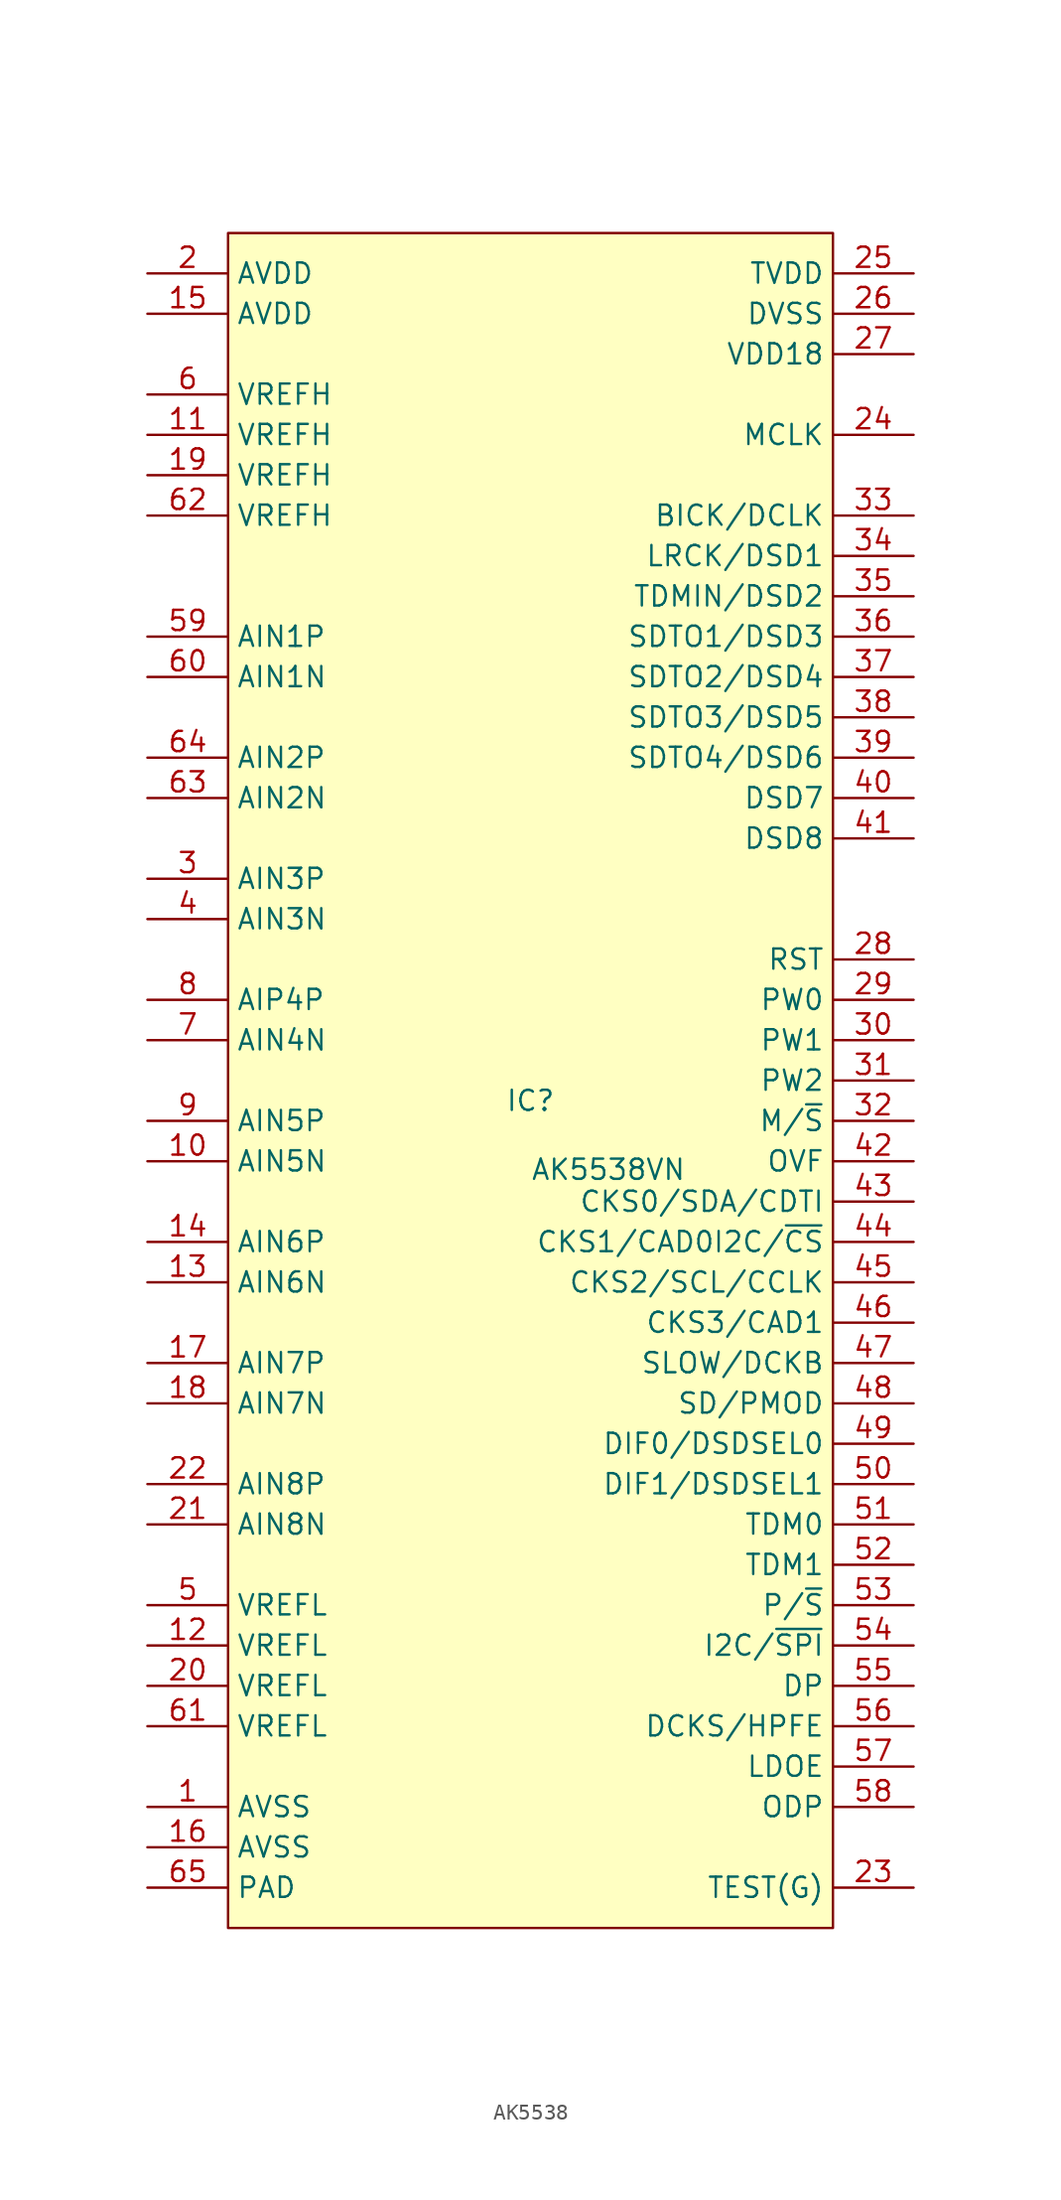
<source format=kicad_sym>
(kicad_symbol_lib
  (version 20231120)
  (generator "kicad_symbol_editor")
  (generator_version "8.0")
  (symbol "AK5538"
    (property "Reference" "IC"
      (at -1.27 1.27 0)
      (effects (font (size 1.27 1.27))))
    (property "Value" "AK5538VN"
      (at -1.27 -3.81 0)
      (effects (font (size 1.27 1.27)) (justify left bottom)))
    (symbol "AK5538_1_0"
      (rectangle (start -20.32 55.88) (end 17.78 -50.8) (stroke (width 0) (type solid) (color 128 0 0 1)) (fill (type background)))
      (pin passive line (at -25.4 -43.18 0) (length 5.08) (name "AVSS" (effects (font (size 1.27 1.27)))) (number "1" (effects (font (size 1.27 1.27)))))
      (pin passive line (at -25.4 -2.54 0) (length 5.08) (name "AIN5N" (effects (font (size 1.27 1.27)))) (number "10" (effects (font (size 1.27 1.27)))))
      (pin passive line (at -25.4 43.18 0) (length 5.08) (name "VREFH" (effects (font (size 1.27 1.27)))) (number "11" (effects (font (size 1.27 1.27)))))
      (pin passive line (at -25.4 -33.02 0) (length 5.08) (name "VREFL" (effects (font (size 1.27 1.27)))) (number "12" (effects (font (size 1.27 1.27)))))
      (pin passive line (at -25.4 -10.16 0) (length 5.08) (name "AIN6N" (effects (font (size 1.27 1.27)))) (number "13" (effects (font (size 1.27 1.27)))))
      (pin passive line (at -25.4 -7.62 0) (length 5.08) (name "AIN6P" (effects (font (size 1.27 1.27)))) (number "14" (effects (font (size 1.27 1.27)))))
      (pin passive line (at -25.4 50.8 0) (length 5.08) (name "AVDD" (effects (font (size 1.27 1.27)))) (number "15" (effects (font (size 1.27 1.27)))))
      (pin passive line (at -25.4 -45.72 0) (length 5.08) (name "AVSS" (effects (font (size 1.27 1.27)))) (number "16" (effects (font (size 1.27 1.27)))))
      (pin passive line (at -25.4 -15.24 0) (length 5.08) (name "AIN7P" (effects (font (size 1.27 1.27)))) (number "17" (effects (font (size 1.27 1.27)))))
      (pin passive line (at -25.4 -17.78 0) (length 5.08) (name "AIN7N" (effects (font (size 1.27 1.27)))) (number "18" (effects (font (size 1.27 1.27)))))
      (pin passive line (at -25.4 40.64 0) (length 5.08) (name "VREFH" (effects (font (size 1.27 1.27)))) (number "19" (effects (font (size 1.27 1.27)))))
      (pin passive line (at -25.4 53.34 0) (length 5.08) (name "AVDD" (effects (font (size 1.27 1.27)))) (number "2" (effects (font (size 1.27 1.27)))))
      (pin passive line (at -25.4 -35.56 0) (length 5.08) (name "VREFL" (effects (font (size 1.27 1.27)))) (number "20" (effects (font (size 1.27 1.27)))))
      (pin passive line (at -25.4 -25.4 0) (length 5.08) (name "AIN8N" (effects (font (size 1.27 1.27)))) (number "21" (effects (font (size 1.27 1.27)))))
      (pin passive line (at -25.4 -22.86 0) (length 5.08) (name "AIN8P" (effects (font (size 1.27 1.27)))) (number "22" (effects (font (size 1.27 1.27)))))
      (pin passive line (at 22.86 -48.26 180) (length 5.08) (name "TEST(G)" (effects (font (size 1.27 1.27)))) (number "23" (effects (font (size 1.27 1.27)))))
      (pin input line (at 22.86 43.18 180) (length 5.08) (name "MCLK" (effects (font (size 1.27 1.27)))) (number "24" (effects (font (size 1.27 1.27)))))
      (pin passive line (at 22.86 53.34 180) (length 5.08) (name "TVDD" (effects (font (size 1.27 1.27)))) (number "25" (effects (font (size 1.27 1.27)))))
      (pin passive line (at 22.86 50.8 180) (length 5.08) (name "DVSS" (effects (font (size 1.27 1.27)))) (number "26" (effects (font (size 1.27 1.27)))))
      (pin passive line (at 22.86 48.26 180) (length 5.08) (name "VDD18" (effects (font (size 1.27 1.27)))) (number "27" (effects (font (size 1.27 1.27)))))
      (pin input line (at 22.86 10.16 180) (length 5.08) (name "RST" (effects (font (size 1.27 1.27)))) (number "28" (effects (font (size 1.27 1.27)))))
      (pin input line (at 22.86 7.62 180) (length 5.08) (name "PW0" (effects (font (size 1.27 1.27)))) (number "29" (effects (font (size 1.27 1.27)))))
      (pin passive line (at -25.4 15.24 0) (length 5.08) (name "AIN3P" (effects (font (size 1.27 1.27)))) (number "3" (effects (font (size 1.27 1.27)))))
      (pin input line (at 22.86 5.08 180) (length 5.08) (name "PW1" (effects (font (size 1.27 1.27)))) (number "30" (effects (font (size 1.27 1.27)))))
      (pin input line (at 22.86 2.54 180) (length 5.08) (name "PW2" (effects (font (size 1.27 1.27)))) (number "31" (effects (font (size 1.27 1.27)))))
      (pin input line (at 22.86 0 180) (length 5.08) (name "M/~{S}" (effects (font (size 1.27 1.27)))) (number "32" (effects (font (size 1.27 1.27)))))
      (pin bidirectional line (at 22.86 38.1 180) (length 5.08) (name "BICK/DCLK" (effects (font (size 1.27 1.27)))) (number "33" (effects (font (size 1.27 1.27)))))
      (pin bidirectional line (at 22.86 35.56 180) (length 5.08) (name "LRCK/DSD1" (effects (font (size 1.27 1.27)))) (number "34" (effects (font (size 1.27 1.27)))))
      (pin bidirectional line (at 22.86 33.02 180) (length 5.08) (name "TDMIN/DSD2" (effects (font (size 1.27 1.27)))) (number "35" (effects (font (size 1.27 1.27)))))
      (pin output line (at 22.86 30.48 180) (length 5.08) (name "SDTO1/DSD3" (effects (font (size 1.27 1.27)))) (number "36" (effects (font (size 1.27 1.27)))))
      (pin output line (at 22.86 27.94 180) (length 5.08) (name "SDTO2/DSD4" (effects (font (size 1.27 1.27)))) (number "37" (effects (font (size 1.27 1.27)))))
      (pin output line (at 22.86 25.4 180) (length 5.08) (name "SDTO3/DSD5" (effects (font (size 1.27 1.27)))) (number "38" (effects (font (size 1.27 1.27)))))
      (pin output line (at 22.86 22.86 180) (length 5.08) (name "SDTO4/DSD6" (effects (font (size 1.27 1.27)))) (number "39" (effects (font (size 1.27 1.27)))))
      (pin passive line (at -25.4 12.7 0) (length 5.08) (name "AIN3N" (effects (font (size 1.27 1.27)))) (number "4" (effects (font (size 1.27 1.27)))))
      (pin output line (at 22.86 20.32 180) (length 5.08) (name "DSD7" (effects (font (size 1.27 1.27)))) (number "40" (effects (font (size 1.27 1.27)))))
      (pin output line (at 22.86 17.78 180) (length 5.08) (name "DSD8" (effects (font (size 1.27 1.27)))) (number "41" (effects (font (size 1.27 1.27)))))
      (pin output line (at 22.86 -2.54 180) (length 5.08) (name "OVF" (effects (font (size 1.27 1.27)))) (number "42" (effects (font (size 1.27 1.27)))))
      (pin bidirectional line (at 22.86 -5.08 180) (length 5.08) (name "CKS0/SDA/CDTI" (effects (font (size 1.27 1.27)))) (number "43" (effects (font (size 1.27 1.27)))))
      (pin input line (at 22.86 -7.62 180) (length 5.08) (name "CKS1/CAD0I2C/~{CS}" (effects (font (size 1.27 1.27)))) (number "44" (effects (font (size 1.27 1.27)))))
      (pin input line (at 22.86 -10.16 180) (length 5.08) (name "CKS2/SCL/CCLK" (effects (font (size 1.27 1.27)))) (number "45" (effects (font (size 1.27 1.27)))))
      (pin input line (at 22.86 -12.7 180) (length 5.08) (name "CKS3/CAD1" (effects (font (size 1.27 1.27)))) (number "46" (effects (font (size 1.27 1.27)))))
      (pin input line (at 22.86 -15.24 180) (length 5.08) (name "SLOW/DCKB" (effects (font (size 1.27 1.27)))) (number "47" (effects (font (size 1.27 1.27)))))
      (pin input line (at 22.86 -17.78 180) (length 5.08) (name "SD/PMOD" (effects (font (size 1.27 1.27)))) (number "48" (effects (font (size 1.27 1.27)))))
      (pin input line (at 22.86 -20.32 180) (length 5.08) (name "DIF0/DSDSEL0" (effects (font (size 1.27 1.27)))) (number "49" (effects (font (size 1.27 1.27)))))
      (pin passive line (at -25.4 -30.48 0) (length 5.08) (name "VREFL" (effects (font (size 1.27 1.27)))) (number "5" (effects (font (size 1.27 1.27)))))
      (pin input line (at 22.86 -22.86 180) (length 5.08) (name "DIF1/DSDSEL1" (effects (font (size 1.27 1.27)))) (number "50" (effects (font (size 1.27 1.27)))))
      (pin input line (at 22.86 -25.4 180) (length 5.08) (name "TDM0" (effects (font (size 1.27 1.27)))) (number "51" (effects (font (size 1.27 1.27)))))
      (pin input line (at 22.86 -27.94 180) (length 5.08) (name "TDM1" (effects (font (size 1.27 1.27)))) (number "52" (effects (font (size 1.27 1.27)))))
      (pin input line (at 22.86 -30.48 180) (length 5.08) (name "P/~{S}" (effects (font (size 1.27 1.27)))) (number "53" (effects (font (size 1.27 1.27)))))
      (pin input line (at 22.86 -33.02 180) (length 5.08) (name "I2C/~{SPI}" (effects (font (size 1.27 1.27)))) (number "54" (effects (font (size 1.27 1.27)))))
      (pin input line (at 22.86 -35.56 180) (length 5.08) (name "DP" (effects (font (size 1.27 1.27)))) (number "55" (effects (font (size 1.27 1.27)))))
      (pin input line (at 22.86 -38.1 180) (length 5.08) (name "DCKS/HPFE" (effects (font (size 1.27 1.27)))) (number "56" (effects (font (size 1.27 1.27)))))
      (pin input line (at 22.86 -40.64 180) (length 5.08) (name "LDOE" (effects (font (size 1.27 1.27)))) (number "57" (effects (font (size 1.27 1.27)))))
      (pin input line (at 22.86 -43.18 180) (length 5.08) (name "ODP" (effects (font (size 1.27 1.27)))) (number "58" (effects (font (size 1.27 1.27)))))
      (pin passive line (at -25.4 30.48 0) (length 5.08) (name "AIN1P" (effects (font (size 1.27 1.27)))) (number "59" (effects (font (size 1.27 1.27)))))
      (pin passive line (at -25.4 45.72 0) (length 5.08) (name "VREFH" (effects (font (size 1.27 1.27)))) (number "6" (effects (font (size 1.27 1.27)))))
      (pin passive line (at -25.4 27.94 0) (length 5.08) (name "AIN1N" (effects (font (size 1.27 1.27)))) (number "60" (effects (font (size 1.27 1.27)))))
      (pin passive line (at -25.4 -38.1 0) (length 5.08) (name "VREFL" (effects (font (size 1.27 1.27)))) (number "61" (effects (font (size 1.27 1.27)))))
      (pin passive line (at -25.4 38.1 0) (length 5.08) (name "VREFH" (effects (font (size 1.27 1.27)))) (number "62" (effects (font (size 1.27 1.27)))))
      (pin passive line (at -25.4 20.32 0) (length 5.08) (name "AIN2N" (effects (font (size 1.27 1.27)))) (number "63" (effects (font (size 1.27 1.27)))))
      (pin passive line (at -25.4 22.86 0) (length 5.08) (name "AIN2P" (effects (font (size 1.27 1.27)))) (number "64" (effects (font (size 1.27 1.27)))))
      (pin passive line (at -25.4 -48.26 0) (length 5.08) (name "PAD" (effects (font (size 1.27 1.27)))) (number "65" (effects (font (size 1.27 1.27)))))
      (pin passive line (at -25.4 5.08 0) (length 5.08) (name "AIN4N" (effects (font (size 1.27 1.27)))) (number "7" (effects (font (size 1.27 1.27)))))
      (pin passive line (at -25.4 7.62 0) (length 5.08) (name "AIP4P" (effects (font (size 1.27 1.27)))) (number "8" (effects (font (size 1.27 1.27)))))
      (pin passive line (at -25.4 0 0) (length 5.08) (name "AIN5P" (effects (font (size 1.27 1.27)))) (number "9" (effects (font (size 1.27 1.27))))))))
</source>
